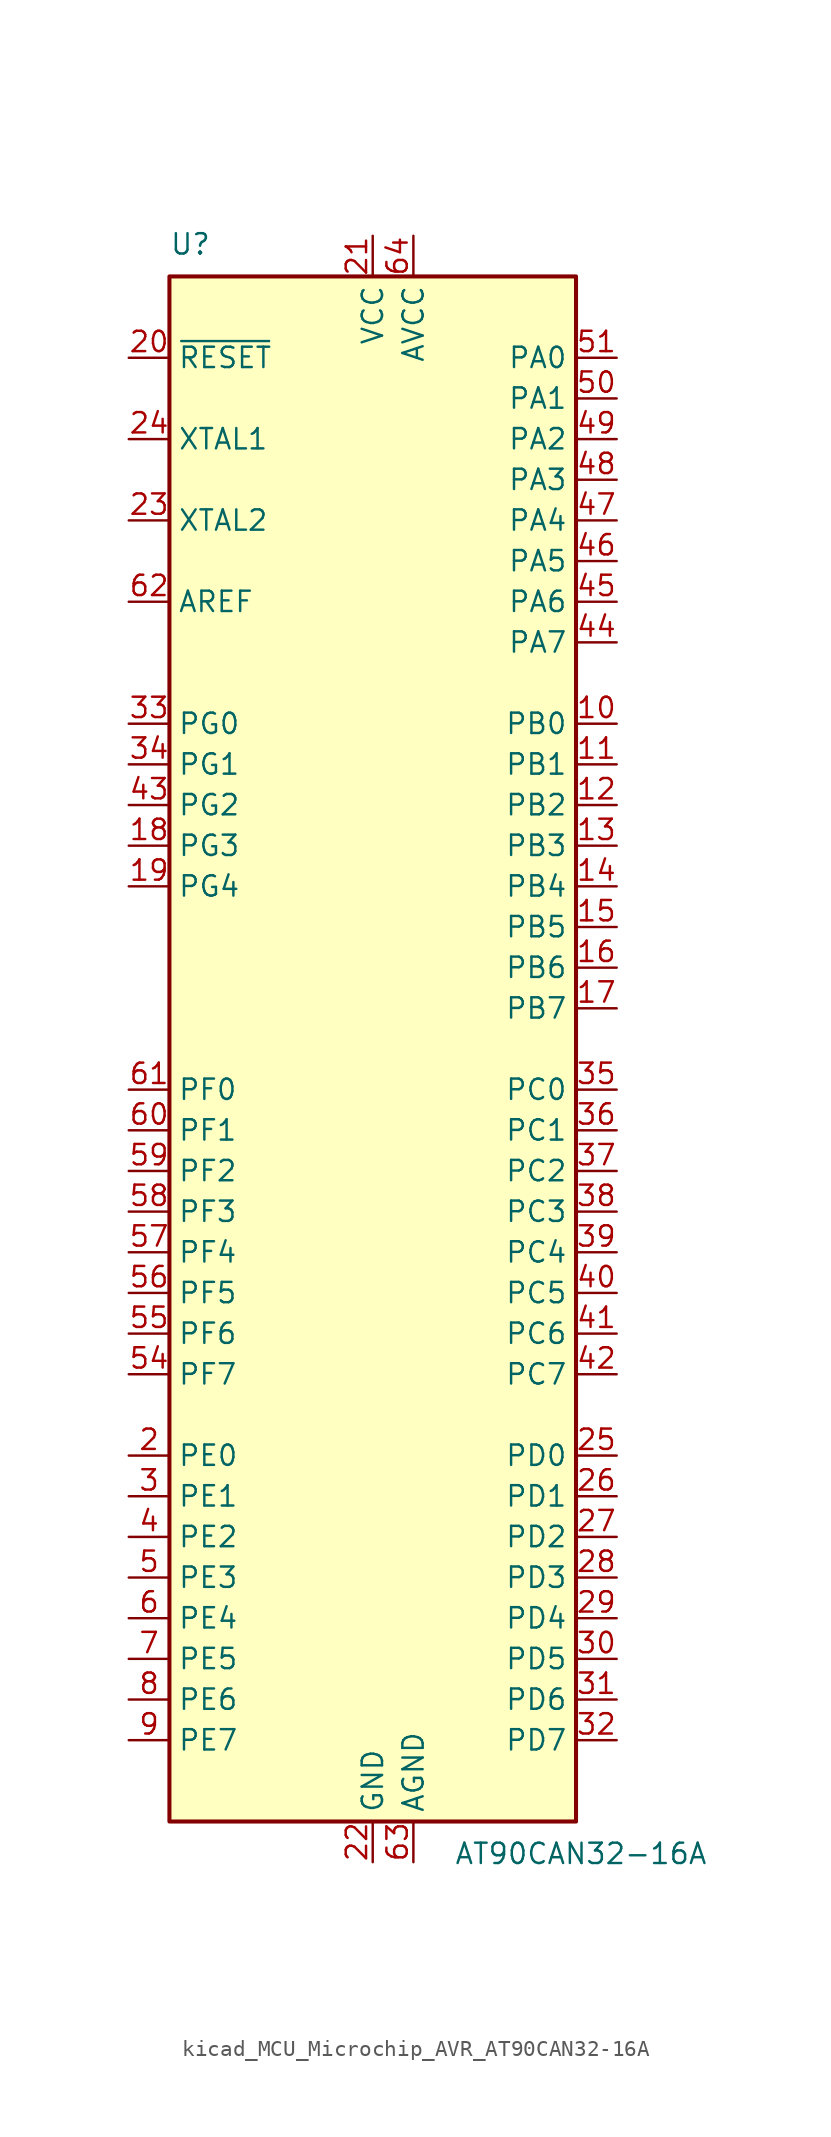
<source format=kicad_sym>
(kicad_symbol_lib
  (version 20220914)
  (generator kicad_symbol_editor)
  (symbol "kicad_MCU_Microchip_AVR_AT90CAN32-16A"
    (property "Reference" "U"
      (at -12.7 49.53 0)
      (effects (font (size 1.27 1.27)) (justify left bottom)))
    (property "Value" "AT90CAN32-16A"
      (at 5.08 -49.53 0)
      (effects (font (size 1.27 1.27)) (justify left top)))
    (symbol "kicad_MCU_Microchip_AVR_AT90CAN32-16A_0_1"
      (rectangle (start -12.7 -48.26) (end 12.7 48.26) (stroke (width 0.254) (type default)) (fill (type background))))
    (symbol "kicad_MCU_Microchip_AVR_AT90CAN32-16A_1_1"
      (pin no_connect line (at -12.7 -45.72 0) (length 2.54) hide (name "NC" (effects (font (size 1.27 1.27)))) (number "1" (effects (font (size 1.27 1.27)))))
      (pin bidirectional line (at 15.24 20.32 180) (length 2.54) (name "PB0" (effects (font (size 1.27 1.27)))) (number "10" (effects (font (size 1.27 1.27)))))
      (pin bidirectional line (at 15.24 17.78 180) (length 2.54) (name "PB1" (effects (font (size 1.27 1.27)))) (number "11" (effects (font (size 1.27 1.27)))))
      (pin bidirectional line (at 15.24 15.24 180) (length 2.54) (name "PB2" (effects (font (size 1.27 1.27)))) (number "12" (effects (font (size 1.27 1.27)))))
      (pin bidirectional line (at 15.24 12.7 180) (length 2.54) (name "PB3" (effects (font (size 1.27 1.27)))) (number "13" (effects (font (size 1.27 1.27)))))
      (pin bidirectional line (at 15.24 10.16 180) (length 2.54) (name "PB4" (effects (font (size 1.27 1.27)))) (number "14" (effects (font (size 1.27 1.27)))))
      (pin bidirectional line (at 15.24 7.62 180) (length 2.54) (name "PB5" (effects (font (size 1.27 1.27)))) (number "15" (effects (font (size 1.27 1.27)))))
      (pin bidirectional line (at 15.24 5.08 180) (length 2.54) (name "PB6" (effects (font (size 1.27 1.27)))) (number "16" (effects (font (size 1.27 1.27)))))
      (pin bidirectional line (at 15.24 2.54 180) (length 2.54) (name "PB7" (effects (font (size 1.27 1.27)))) (number "17" (effects (font (size 1.27 1.27)))))
      (pin bidirectional line (at -15.24 12.7 0) (length 2.54) (name "PG3" (effects (font (size 1.27 1.27)))) (number "18" (effects (font (size 1.27 1.27)))))
      (pin bidirectional line (at -15.24 10.16 0) (length 2.54) (name "PG4" (effects (font (size 1.27 1.27)))) (number "19" (effects (font (size 1.27 1.27)))))
      (pin bidirectional line (at -15.24 -25.4 0) (length 2.54) (name "PE0" (effects (font (size 1.27 1.27)))) (number "2" (effects (font (size 1.27 1.27)))))
      (pin input line (at -15.24 43.18 0) (length 2.54) (name "~{RESET}" (effects (font (size 1.27 1.27)))) (number "20" (effects (font (size 1.27 1.27)))))
      (pin power_in line (at 0 50.8 270) (length 2.54) (name "VCC" (effects (font (size 1.27 1.27)))) (number "21" (effects (font (size 1.27 1.27)))))
      (pin power_in line (at 0 -50.8 90) (length 2.54) (name "GND" (effects (font (size 1.27 1.27)))) (number "22" (effects (font (size 1.27 1.27)))))
      (pin output line (at -15.24 33.02 0) (length 2.54) (name "XTAL2" (effects (font (size 1.27 1.27)))) (number "23" (effects (font (size 1.27 1.27)))))
      (pin input line (at -15.24 38.1 0) (length 2.54) (name "XTAL1" (effects (font (size 1.27 1.27)))) (number "24" (effects (font (size 1.27 1.27)))))
      (pin bidirectional line (at 15.24 -25.4 180) (length 2.54) (name "PD0" (effects (font (size 1.27 1.27)))) (number "25" (effects (font (size 1.27 1.27)))))
      (pin bidirectional line (at 15.24 -27.94 180) (length 2.54) (name "PD1" (effects (font (size 1.27 1.27)))) (number "26" (effects (font (size 1.27 1.27)))))
      (pin bidirectional line (at 15.24 -30.48 180) (length 2.54) (name "PD2" (effects (font (size 1.27 1.27)))) (number "27" (effects (font (size 1.27 1.27)))))
      (pin bidirectional line (at 15.24 -33.02 180) (length 2.54) (name "PD3" (effects (font (size 1.27 1.27)))) (number "28" (effects (font (size 1.27 1.27)))))
      (pin bidirectional line (at 15.24 -35.56 180) (length 2.54) (name "PD4" (effects (font (size 1.27 1.27)))) (number "29" (effects (font (size 1.27 1.27)))))
      (pin bidirectional line (at -15.24 -27.94 0) (length 2.54) (name "PE1" (effects (font (size 1.27 1.27)))) (number "3" (effects (font (size 1.27 1.27)))))
      (pin bidirectional line (at 15.24 -38.1 180) (length 2.54) (name "PD5" (effects (font (size 1.27 1.27)))) (number "30" (effects (font (size 1.27 1.27)))))
      (pin bidirectional line (at 15.24 -40.64 180) (length 2.54) (name "PD6" (effects (font (size 1.27 1.27)))) (number "31" (effects (font (size 1.27 1.27)))))
      (pin bidirectional line (at 15.24 -43.18 180) (length 2.54) (name "PD7" (effects (font (size 1.27 1.27)))) (number "32" (effects (font (size 1.27 1.27)))))
      (pin bidirectional line (at -15.24 20.32 0) (length 2.54) (name "PG0" (effects (font (size 1.27 1.27)))) (number "33" (effects (font (size 1.27 1.27)))))
      (pin bidirectional line (at -15.24 17.78 0) (length 2.54) (name "PG1" (effects (font (size 1.27 1.27)))) (number "34" (effects (font (size 1.27 1.27)))))
      (pin bidirectional line (at 15.24 -2.54 180) (length 2.54) (name "PC0" (effects (font (size 1.27 1.27)))) (number "35" (effects (font (size 1.27 1.27)))))
      (pin bidirectional line (at 15.24 -5.08 180) (length 2.54) (name "PC1" (effects (font (size 1.27 1.27)))) (number "36" (effects (font (size 1.27 1.27)))))
      (pin bidirectional line (at 15.24 -7.62 180) (length 2.54) (name "PC2" (effects (font (size 1.27 1.27)))) (number "37" (effects (font (size 1.27 1.27)))))
      (pin bidirectional line (at 15.24 -10.16 180) (length 2.54) (name "PC3" (effects (font (size 1.27 1.27)))) (number "38" (effects (font (size 1.27 1.27)))))
      (pin bidirectional line (at 15.24 -12.7 180) (length 2.54) (name "PC4" (effects (font (size 1.27 1.27)))) (number "39" (effects (font (size 1.27 1.27)))))
      (pin bidirectional line (at -15.24 -30.48 0) (length 2.54) (name "PE2" (effects (font (size 1.27 1.27)))) (number "4" (effects (font (size 1.27 1.27)))))
      (pin bidirectional line (at 15.24 -15.24 180) (length 2.54) (name "PC5" (effects (font (size 1.27 1.27)))) (number "40" (effects (font (size 1.27 1.27)))))
      (pin bidirectional line (at 15.24 -17.78 180) (length 2.54) (name "PC6" (effects (font (size 1.27 1.27)))) (number "41" (effects (font (size 1.27 1.27)))))
      (pin bidirectional line (at 15.24 -20.32 180) (length 2.54) (name "PC7" (effects (font (size 1.27 1.27)))) (number "42" (effects (font (size 1.27 1.27)))))
      (pin bidirectional line (at -15.24 15.24 0) (length 2.54) (name "PG2" (effects (font (size 1.27 1.27)))) (number "43" (effects (font (size 1.27 1.27)))))
      (pin bidirectional line (at 15.24 25.4 180) (length 2.54) (name "PA7" (effects (font (size 1.27 1.27)))) (number "44" (effects (font (size 1.27 1.27)))))
      (pin bidirectional line (at 15.24 27.94 180) (length 2.54) (name "PA6" (effects (font (size 1.27 1.27)))) (number "45" (effects (font (size 1.27 1.27)))))
      (pin bidirectional line (at 15.24 30.48 180) (length 2.54) (name "PA5" (effects (font (size 1.27 1.27)))) (number "46" (effects (font (size 1.27 1.27)))))
      (pin bidirectional line (at 15.24 33.02 180) (length 2.54) (name "PA4" (effects (font (size 1.27 1.27)))) (number "47" (effects (font (size 1.27 1.27)))))
      (pin bidirectional line (at 15.24 35.56 180) (length 2.54) (name "PA3" (effects (font (size 1.27 1.27)))) (number "48" (effects (font (size 1.27 1.27)))))
      (pin bidirectional line (at 15.24 38.1 180) (length 2.54) (name "PA2" (effects (font (size 1.27 1.27)))) (number "49" (effects (font (size 1.27 1.27)))))
      (pin bidirectional line (at -15.24 -33.02 0) (length 2.54) (name "PE3" (effects (font (size 1.27 1.27)))) (number "5" (effects (font (size 1.27 1.27)))))
      (pin bidirectional line (at 15.24 40.64 180) (length 2.54) (name "PA1" (effects (font (size 1.27 1.27)))) (number "50" (effects (font (size 1.27 1.27)))))
      (pin bidirectional line (at 15.24 43.18 180) (length 2.54) (name "PA0" (effects (font (size 1.27 1.27)))) (number "51" (effects (font (size 1.27 1.27)))))
      (pin passive line (at 0 50.8 270) (length 2.54) hide (name "VCC" (effects (font (size 1.27 1.27)))) (number "52" (effects (font (size 1.27 1.27)))))
      (pin passive line (at 0 -50.8 90) (length 2.54) hide (name "GND" (effects (font (size 1.27 1.27)))) (number "53" (effects (font (size 1.27 1.27)))))
      (pin bidirectional line (at -15.24 -20.32 0) (length 2.54) (name "PF7" (effects (font (size 1.27 1.27)))) (number "54" (effects (font (size 1.27 1.27)))))
      (pin bidirectional line (at -15.24 -17.78 0) (length 2.54) (name "PF6" (effects (font (size 1.27 1.27)))) (number "55" (effects (font (size 1.27 1.27)))))
      (pin bidirectional line (at -15.24 -15.24 0) (length 2.54) (name "PF5" (effects (font (size 1.27 1.27)))) (number "56" (effects (font (size 1.27 1.27)))))
      (pin bidirectional line (at -15.24 -12.7 0) (length 2.54) (name "PF4" (effects (font (size 1.27 1.27)))) (number "57" (effects (font (size 1.27 1.27)))))
      (pin bidirectional line (at -15.24 -10.16 0) (length 2.54) (name "PF3" (effects (font (size 1.27 1.27)))) (number "58" (effects (font (size 1.27 1.27)))))
      (pin bidirectional line (at -15.24 -7.62 0) (length 2.54) (name "PF2" (effects (font (size 1.27 1.27)))) (number "59" (effects (font (size 1.27 1.27)))))
      (pin bidirectional line (at -15.24 -35.56 0) (length 2.54) (name "PE4" (effects (font (size 1.27 1.27)))) (number "6" (effects (font (size 1.27 1.27)))))
      (pin bidirectional line (at -15.24 -5.08 0) (length 2.54) (name "PF1" (effects (font (size 1.27 1.27)))) (number "60" (effects (font (size 1.27 1.27)))))
      (pin bidirectional line (at -15.24 -2.54 0) (length 2.54) (name "PF0" (effects (font (size 1.27 1.27)))) (number "61" (effects (font (size 1.27 1.27)))))
      (pin passive line (at -15.24 27.94 0) (length 2.54) (name "AREF" (effects (font (size 1.27 1.27)))) (number "62" (effects (font (size 1.27 1.27)))))
      (pin power_in line (at 2.54 -50.8 90) (length 2.54) (name "AGND" (effects (font (size 1.27 1.27)))) (number "63" (effects (font (size 1.27 1.27)))))
      (pin power_in line (at 2.54 50.8 270) (length 2.54) (name "AVCC" (effects (font (size 1.27 1.27)))) (number "64" (effects (font (size 1.27 1.27)))))
      (pin bidirectional line (at -15.24 -38.1 0) (length 2.54) (name "PE5" (effects (font (size 1.27 1.27)))) (number "7" (effects (font (size 1.27 1.27)))))
      (pin bidirectional line (at -15.24 -40.64 0) (length 2.54) (name "PE6" (effects (font (size 1.27 1.27)))) (number "8" (effects (font (size 1.27 1.27)))))
      (pin bidirectional line (at -15.24 -43.18 0) (length 2.54) (name "PE7" (effects (font (size 1.27 1.27)))) (number "9" (effects (font (size 1.27 1.27))))))))
</source>
